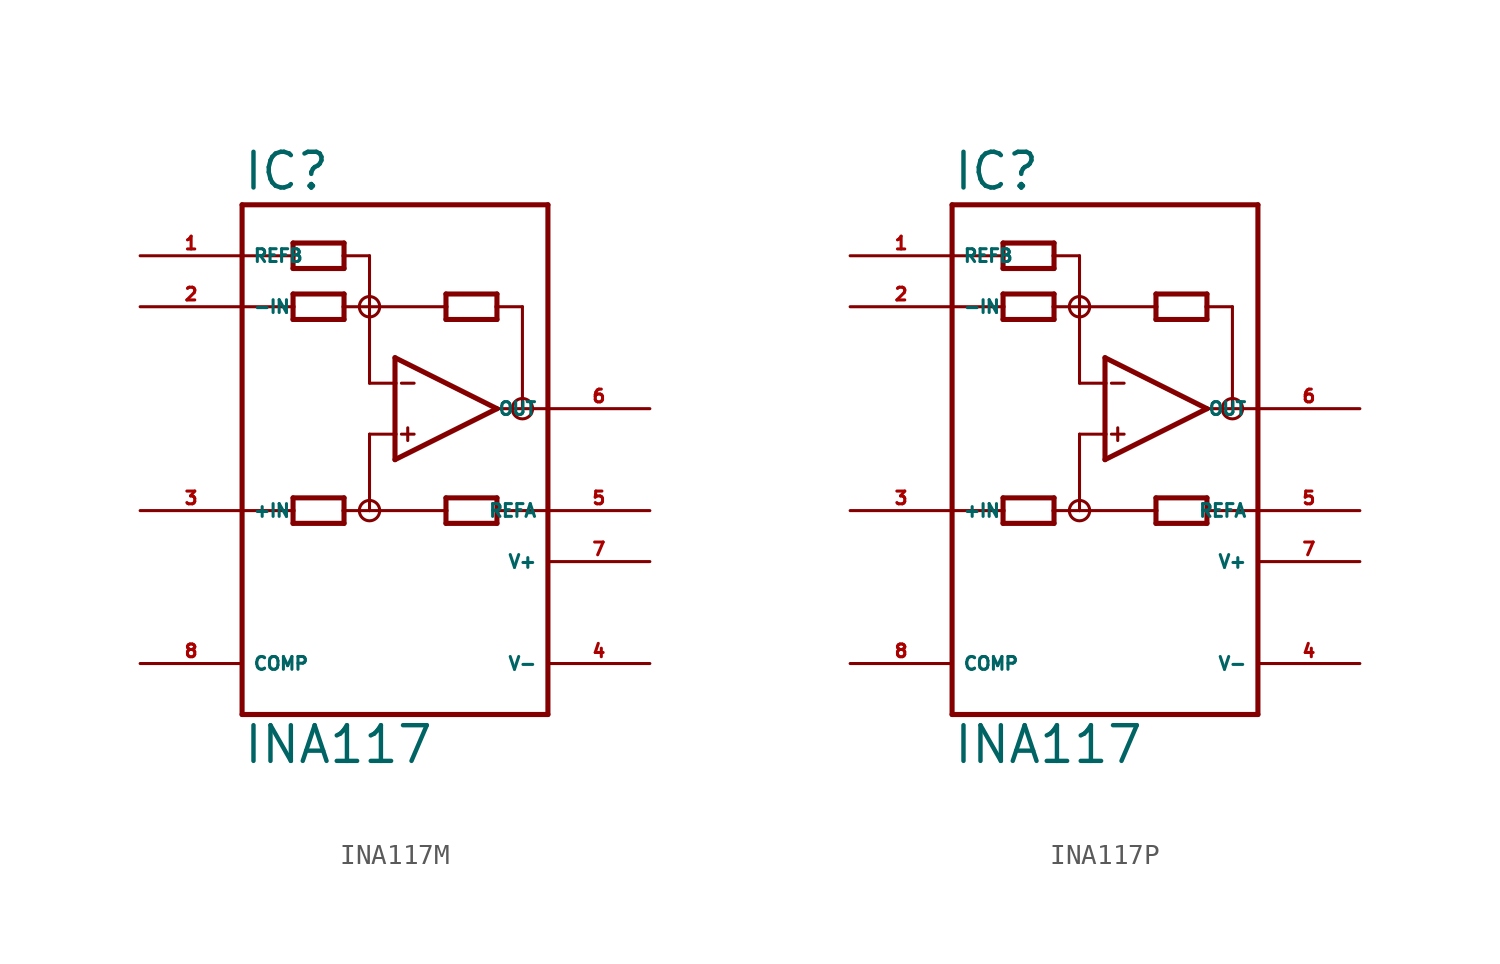
<source format=kicad_sym>
(kicad_symbol_lib
  (version 20220914)
  (generator Eagle2Kicad)
  (symbol "INA117M"
    (property "Reference" "IC"
      (at -7.62 10.795 0)
      (effects (font (size 1.778 1.778) (thickness 0.22)) (justify left bottom)))
    (property "Value" "INA117"
      (at -7.62 -17.78 0)
      (effects (font (size 1.778 1.778) (thickness 0.22)) (justify left bottom)))
    (polyline
      (pts (xy 0 -2.54) (xy 0 -1.27))
      (stroke (width 0.254) (type default))
      (fill (type none)))
    (polyline
      (pts (xy 0 -1.27) (xy 0 1.27))
      (stroke (width 0.254) (type default))
      (fill (type none)))
    (polyline
      (pts (xy 0 1.27) (xy 0 2.54))
      (stroke (width 0.254) (type default))
      (fill (type none)))
    (polyline
      (pts (xy 0 2.54) (xy 5.08 0))
      (stroke (width 0.254) (type default))
      (fill (type none)))
    (polyline
      (pts (xy 5.08 0) (xy 0 -2.54))
      (stroke (width 0.254) (type default))
      (fill (type none)))
    (polyline
      (pts (xy -2.54 4.445) (xy -2.54 5.08))
      (stroke (width 0.254) (type default))
      (fill (type none)))
    (polyline
      (pts (xy -2.54 5.08) (xy -2.54 5.715))
      (stroke (width 0.254) (type default))
      (fill (type none)))
    (polyline
      (pts (xy -2.54 5.715) (xy -5.08 5.715))
      (stroke (width 0.254) (type default))
      (fill (type none)))
    (polyline
      (pts (xy -5.08 5.715) (xy -5.08 5.08))
      (stroke (width 0.254) (type default))
      (fill (type none)))
    (polyline
      (pts (xy -5.08 5.08) (xy -5.08 4.445))
      (stroke (width 0.254) (type default))
      (fill (type none)))
    (polyline
      (pts (xy -5.08 4.445) (xy -2.54 4.445))
      (stroke (width 0.254) (type default))
      (fill (type none)))
    (polyline
      (pts (xy 2.54 4.445) (xy 2.54 5.08))
      (stroke (width 0.254) (type default))
      (fill (type none)))
    (polyline
      (pts (xy 2.54 5.08) (xy 2.54 5.715))
      (stroke (width 0.254) (type default))
      (fill (type none)))
    (polyline
      (pts (xy 2.54 5.715) (xy 5.08 5.715))
      (stroke (width 0.254) (type default))
      (fill (type none)))
    (polyline
      (pts (xy 5.08 5.715) (xy 5.08 5.08))
      (stroke (width 0.254) (type default))
      (fill (type none)))
    (polyline
      (pts (xy 5.08 5.08) (xy 5.08 4.445))
      (stroke (width 0.254) (type default))
      (fill (type none)))
    (polyline
      (pts (xy 5.08 4.445) (xy 2.54 4.445))
      (stroke (width 0.254) (type default))
      (fill (type none)))
    (polyline
      (pts (xy 0 1.27) (xy -1.27 1.27))
      (stroke (width 0.152) (type default))
      (fill (type none)))
    (polyline
      (pts (xy -2.54 -4.445) (xy -2.54 -5.08))
      (stroke (width 0.254) (type default))
      (fill (type none)))
    (polyline
      (pts (xy -2.54 -5.08) (xy -2.54 -5.715))
      (stroke (width 0.254) (type default))
      (fill (type none)))
    (polyline
      (pts (xy -2.54 -5.715) (xy -5.08 -5.715))
      (stroke (width 0.254) (type default))
      (fill (type none)))
    (polyline
      (pts (xy -5.08 -5.715) (xy -5.08 -5.08))
      (stroke (width 0.254) (type default))
      (fill (type none)))
    (polyline
      (pts (xy -5.08 -5.08) (xy -5.08 -4.445))
      (stroke (width 0.254) (type default))
      (fill (type none)))
    (polyline
      (pts (xy -5.08 -4.445) (xy -2.54 -4.445))
      (stroke (width 0.254) (type default))
      (fill (type none)))
    (polyline
      (pts (xy 2.54 -4.445) (xy 2.54 -5.08))
      (stroke (width 0.254) (type default))
      (fill (type none)))
    (polyline
      (pts (xy 2.54 -5.08) (xy 2.54 -5.715))
      (stroke (width 0.254) (type default))
      (fill (type none)))
    (polyline
      (pts (xy 2.54 -5.715) (xy 5.08 -5.715))
      (stroke (width 0.254) (type default))
      (fill (type none)))
    (polyline
      (pts (xy 5.08 -5.715) (xy 5.08 -5.08))
      (stroke (width 0.254) (type default))
      (fill (type none)))
    (polyline
      (pts (xy 5.08 -5.08) (xy 5.08 -4.445))
      (stroke (width 0.254) (type default))
      (fill (type none)))
    (polyline
      (pts (xy 5.08 -4.445) (xy 2.54 -4.445))
      (stroke (width 0.254) (type default))
      (fill (type none)))
    (polyline
      (pts (xy -1.27 1.27) (xy -1.27 5.08))
      (stroke (width 0.152) (type default))
      (fill (type none)))
    (polyline
      (pts (xy -1.27 5.08) (xy -2.54 5.08))
      (stroke (width 0.152) (type default))
      (fill (type none)))
    (polyline
      (pts (xy -1.27 5.08) (xy 2.54 5.08))
      (stroke (width 0.152) (type default))
      (fill (type none)))
    (polyline
      (pts (xy 0 -1.27) (xy -1.27 -1.27))
      (stroke (width 0.152) (type default))
      (fill (type none)))
    (polyline
      (pts (xy -1.27 -1.27) (xy -1.27 -5.08))
      (stroke (width 0.152) (type default))
      (fill (type none)))
    (polyline
      (pts (xy -1.27 -5.08) (xy -2.54 -5.08))
      (stroke (width 0.152) (type default))
      (fill (type none)))
    (polyline
      (pts (xy -1.27 -5.08) (xy 2.54 -5.08))
      (stroke (width 0.152) (type default))
      (fill (type none)))
    (polyline
      (pts (xy 0.318 1.27) (xy 0.953 1.27))
      (stroke (width 0.152) (type default))
      (fill (type none)))
    (polyline
      (pts (xy 0.318 -1.27) (xy 0.953 -1.27))
      (stroke (width 0.152) (type default))
      (fill (type none)))
    (polyline
      (pts (xy 0.635 -0.953) (xy 0.635 -1.587))
      (stroke (width 0.152) (type default))
      (fill (type none)))
    (polyline
      (pts (xy -7.62 5.08) (xy -5.08 5.08))
      (stroke (width 0.152) (type default))
      (fill (type none)))
    (polyline
      (pts (xy 6.35 5.08) (xy 5.08 5.08))
      (stroke (width 0.152) (type default))
      (fill (type none)))
    (polyline
      (pts (xy 5.08 0) (xy 6.35 0))
      (stroke (width 0.152) (type default))
      (fill (type none)))
    (polyline
      (pts (xy 6.35 0) (xy 7.62 0))
      (stroke (width 0.152) (type default))
      (fill (type none)))
    (polyline
      (pts (xy 7.62 -5.08) (xy 5.08 -5.08))
      (stroke (width 0.152) (type default))
      (fill (type none)))
    (polyline
      (pts (xy -7.62 -5.08) (xy -5.08 -5.08))
      (stroke (width 0.152) (type default))
      (fill (type none)))
    (polyline
      (pts (xy -7.62 -15.24) (xy 7.62 -15.24))
      (stroke (width 0.254) (type default))
      (fill (type none)))
    (polyline
      (pts (xy 7.62 -15.24) (xy 7.62 10.16))
      (stroke (width 0.254) (type default))
      (fill (type none)))
    (polyline
      (pts (xy 7.62 10.16) (xy -7.62 10.16))
      (stroke (width 0.254) (type default))
      (fill (type none)))
    (polyline
      (pts (xy -7.62 10.16) (xy -7.62 7.62))
      (stroke (width 0.254) (type default))
      (fill (type none)))
    (polyline
      (pts (xy -7.62 7.62) (xy -7.62 -15.24))
      (stroke (width 0.254) (type default))
      (fill (type none)))
    (polyline
      (pts (xy -2.54 6.985) (xy -2.54 7.62))
      (stroke (width 0.254) (type default))
      (fill (type none)))
    (polyline
      (pts (xy -2.54 7.62) (xy -2.54 8.255))
      (stroke (width 0.254) (type default))
      (fill (type none)))
    (polyline
      (pts (xy -2.54 8.255) (xy -5.08 8.255))
      (stroke (width 0.254) (type default))
      (fill (type none)))
    (polyline
      (pts (xy -5.08 8.255) (xy -5.08 7.62))
      (stroke (width 0.254) (type default))
      (fill (type none)))
    (polyline
      (pts (xy -5.08 7.62) (xy -5.08 6.985))
      (stroke (width 0.254) (type default))
      (fill (type none)))
    (polyline
      (pts (xy -5.08 6.985) (xy -2.54 6.985))
      (stroke (width 0.254) (type default))
      (fill (type none)))
    (polyline
      (pts (xy -1.27 7.62) (xy -2.54 7.62))
      (stroke (width 0.152) (type default))
      (fill (type none)))
    (polyline
      (pts (xy -7.62 7.62) (xy -5.08 7.62))
      (stroke (width 0.152) (type default))
      (fill (type none)))
    (polyline
      (pts (xy 6.35 5.08) (xy 6.35 0))
      (stroke (width 0.152) (type default))
      (fill (type none)))
    (polyline
      (pts (xy -1.27 7.62) (xy -1.27 5.08))
      (stroke (width 0.152) (type default))
      (fill (type none)))
    (circle
      (center -1.27 -5.08)
      (radius 0.508)
      (stroke (width 0) (type default))
      (fill (type none)))
    (circle
      (center -1.27 5.08)
      (radius 0.508)
      (stroke (width 0) (type default))
      (fill (type none)))
    (circle
      (center 6.35 0)
      (radius 0.508)
      (stroke (width 0) (type default))
      (fill (type none)))
    (pin input line
      (at -12.7 5.08 0)
      (length 5.08)
      (name "-IN" (effects (font (size 0.635 0.635) (thickness 0.08)) (justify left bottom)))
      (number "2" (effects (font (size 0.635 0.635) (thickness 0.08)) (justify left bottom))))
    (pin input line
      (at -12.7 -5.08 0)
      (length 5.08)
      (name "+IN" (effects (font (size 0.635 0.635) (thickness 0.08)) (justify left bottom)))
      (number "3" (effects (font (size 0.635 0.635) (thickness 0.08)) (justify left bottom))))
    (pin output line
      (at 12.7 0 180)
      (length 5.08)
      (name "OUT" (effects (font (size 0.635 0.635) (thickness 0.08)) (justify left bottom)))
      (number "6" (effects (font (size 0.635 0.635) (thickness 0.08)) (justify left bottom))))
    (pin unspecified line
      (at 12.7 -7.62 180)
      (length 5.08)
      (name "V+" (effects (font (size 0.635 0.635) (thickness 0.08)) (justify left bottom)))
      (number "7" (effects (font (size 0.635 0.635) (thickness 0.08)) (justify left bottom))))
    (pin unspecified line
      (at 12.7 -12.7 180)
      (length 5.08)
      (name "V-" (effects (font (size 0.635 0.635) (thickness 0.08)) (justify left bottom)))
      (number "4" (effects (font (size 0.635 0.635) (thickness 0.08)) (justify left bottom))))
    (pin passive line
      (at -12.7 -12.7 0)
      (length 5.08)
      (name "COMP" (effects (font (size 0.635 0.635) (thickness 0.08)) (justify left bottom)))
      (number "8" (effects (font (size 0.635 0.635) (thickness 0.08)) (justify left bottom))))
    (pin input line
      (at 12.7 -5.08 180)
      (length 5.08)
      (name "REFA" (effects (font (size 0.635 0.635) (thickness 0.08)) (justify left bottom)))
      (number "5" (effects (font (size 0.635 0.635) (thickness 0.08)) (justify left bottom))))
    (pin input line
      (at -12.7 7.62 0)
      (length 5.08)
      (name "REFB" (effects (font (size 0.635 0.635) (thickness 0.08)) (justify left bottom)))
      (number "1" (effects (font (size 0.635 0.635) (thickness 0.08)) (justify left bottom)))))
  (symbol "INA117P"
    (property "Reference" "IC"
      (at -7.62 10.795 0)
      (effects (font (size 1.778 1.778) (thickness 0.22)) (justify left bottom)))
    (property "Value" "INA117"
      (at -7.62 -17.78 0)
      (effects (font (size 1.778 1.778) (thickness 0.22)) (justify left bottom)))
    (polyline
      (pts (xy 0 -2.54) (xy 0 -1.27))
      (stroke (width 0.254) (type default))
      (fill (type none)))
    (polyline
      (pts (xy 0 -1.27) (xy 0 1.27))
      (stroke (width 0.254) (type default))
      (fill (type none)))
    (polyline
      (pts (xy 0 1.27) (xy 0 2.54))
      (stroke (width 0.254) (type default))
      (fill (type none)))
    (polyline
      (pts (xy 0 2.54) (xy 5.08 0))
      (stroke (width 0.254) (type default))
      (fill (type none)))
    (polyline
      (pts (xy 5.08 0) (xy 0 -2.54))
      (stroke (width 0.254) (type default))
      (fill (type none)))
    (polyline
      (pts (xy -2.54 4.445) (xy -2.54 5.08))
      (stroke (width 0.254) (type default))
      (fill (type none)))
    (polyline
      (pts (xy -2.54 5.08) (xy -2.54 5.715))
      (stroke (width 0.254) (type default))
      (fill (type none)))
    (polyline
      (pts (xy -2.54 5.715) (xy -5.08 5.715))
      (stroke (width 0.254) (type default))
      (fill (type none)))
    (polyline
      (pts (xy -5.08 5.715) (xy -5.08 5.08))
      (stroke (width 0.254) (type default))
      (fill (type none)))
    (polyline
      (pts (xy -5.08 5.08) (xy -5.08 4.445))
      (stroke (width 0.254) (type default))
      (fill (type none)))
    (polyline
      (pts (xy -5.08 4.445) (xy -2.54 4.445))
      (stroke (width 0.254) (type default))
      (fill (type none)))
    (polyline
      (pts (xy 2.54 4.445) (xy 2.54 5.08))
      (stroke (width 0.254) (type default))
      (fill (type none)))
    (polyline
      (pts (xy 2.54 5.08) (xy 2.54 5.715))
      (stroke (width 0.254) (type default))
      (fill (type none)))
    (polyline
      (pts (xy 2.54 5.715) (xy 5.08 5.715))
      (stroke (width 0.254) (type default))
      (fill (type none)))
    (polyline
      (pts (xy 5.08 5.715) (xy 5.08 5.08))
      (stroke (width 0.254) (type default))
      (fill (type none)))
    (polyline
      (pts (xy 5.08 5.08) (xy 5.08 4.445))
      (stroke (width 0.254) (type default))
      (fill (type none)))
    (polyline
      (pts (xy 5.08 4.445) (xy 2.54 4.445))
      (stroke (width 0.254) (type default))
      (fill (type none)))
    (polyline
      (pts (xy 0 1.27) (xy -1.27 1.27))
      (stroke (width 0.152) (type default))
      (fill (type none)))
    (polyline
      (pts (xy -2.54 -4.445) (xy -2.54 -5.08))
      (stroke (width 0.254) (type default))
      (fill (type none)))
    (polyline
      (pts (xy -2.54 -5.08) (xy -2.54 -5.715))
      (stroke (width 0.254) (type default))
      (fill (type none)))
    (polyline
      (pts (xy -2.54 -5.715) (xy -5.08 -5.715))
      (stroke (width 0.254) (type default))
      (fill (type none)))
    (polyline
      (pts (xy -5.08 -5.715) (xy -5.08 -5.08))
      (stroke (width 0.254) (type default))
      (fill (type none)))
    (polyline
      (pts (xy -5.08 -5.08) (xy -5.08 -4.445))
      (stroke (width 0.254) (type default))
      (fill (type none)))
    (polyline
      (pts (xy -5.08 -4.445) (xy -2.54 -4.445))
      (stroke (width 0.254) (type default))
      (fill (type none)))
    (polyline
      (pts (xy 2.54 -4.445) (xy 2.54 -5.08))
      (stroke (width 0.254) (type default))
      (fill (type none)))
    (polyline
      (pts (xy 2.54 -5.08) (xy 2.54 -5.715))
      (stroke (width 0.254) (type default))
      (fill (type none)))
    (polyline
      (pts (xy 2.54 -5.715) (xy 5.08 -5.715))
      (stroke (width 0.254) (type default))
      (fill (type none)))
    (polyline
      (pts (xy 5.08 -5.715) (xy 5.08 -5.08))
      (stroke (width 0.254) (type default))
      (fill (type none)))
    (polyline
      (pts (xy 5.08 -5.08) (xy 5.08 -4.445))
      (stroke (width 0.254) (type default))
      (fill (type none)))
    (polyline
      (pts (xy 5.08 -4.445) (xy 2.54 -4.445))
      (stroke (width 0.254) (type default))
      (fill (type none)))
    (polyline
      (pts (xy -1.27 1.27) (xy -1.27 5.08))
      (stroke (width 0.152) (type default))
      (fill (type none)))
    (polyline
      (pts (xy -1.27 5.08) (xy -2.54 5.08))
      (stroke (width 0.152) (type default))
      (fill (type none)))
    (polyline
      (pts (xy -1.27 5.08) (xy 2.54 5.08))
      (stroke (width 0.152) (type default))
      (fill (type none)))
    (polyline
      (pts (xy 0 -1.27) (xy -1.27 -1.27))
      (stroke (width 0.152) (type default))
      (fill (type none)))
    (polyline
      (pts (xy -1.27 -1.27) (xy -1.27 -5.08))
      (stroke (width 0.152) (type default))
      (fill (type none)))
    (polyline
      (pts (xy -1.27 -5.08) (xy -2.54 -5.08))
      (stroke (width 0.152) (type default))
      (fill (type none)))
    (polyline
      (pts (xy -1.27 -5.08) (xy 2.54 -5.08))
      (stroke (width 0.152) (type default))
      (fill (type none)))
    (polyline
      (pts (xy 0.318 1.27) (xy 0.953 1.27))
      (stroke (width 0.152) (type default))
      (fill (type none)))
    (polyline
      (pts (xy 0.318 -1.27) (xy 0.953 -1.27))
      (stroke (width 0.152) (type default))
      (fill (type none)))
    (polyline
      (pts (xy 0.635 -0.953) (xy 0.635 -1.587))
      (stroke (width 0.152) (type default))
      (fill (type none)))
    (polyline
      (pts (xy -7.62 5.08) (xy -5.08 5.08))
      (stroke (width 0.152) (type default))
      (fill (type none)))
    (polyline
      (pts (xy 6.35 5.08) (xy 5.08 5.08))
      (stroke (width 0.152) (type default))
      (fill (type none)))
    (polyline
      (pts (xy 5.08 0) (xy 6.35 0))
      (stroke (width 0.152) (type default))
      (fill (type none)))
    (polyline
      (pts (xy 6.35 0) (xy 7.62 0))
      (stroke (width 0.152) (type default))
      (fill (type none)))
    (polyline
      (pts (xy 7.62 -5.08) (xy 5.08 -5.08))
      (stroke (width 0.152) (type default))
      (fill (type none)))
    (polyline
      (pts (xy -7.62 -5.08) (xy -5.08 -5.08))
      (stroke (width 0.152) (type default))
      (fill (type none)))
    (polyline
      (pts (xy -7.62 -15.24) (xy 7.62 -15.24))
      (stroke (width 0.254) (type default))
      (fill (type none)))
    (polyline
      (pts (xy 7.62 -15.24) (xy 7.62 10.16))
      (stroke (width 0.254) (type default))
      (fill (type none)))
    (polyline
      (pts (xy 7.62 10.16) (xy -7.62 10.16))
      (stroke (width 0.254) (type default))
      (fill (type none)))
    (polyline
      (pts (xy -7.62 10.16) (xy -7.62 7.62))
      (stroke (width 0.254) (type default))
      (fill (type none)))
    (polyline
      (pts (xy -7.62 7.62) (xy -7.62 -15.24))
      (stroke (width 0.254) (type default))
      (fill (type none)))
    (polyline
      (pts (xy -2.54 6.985) (xy -2.54 7.62))
      (stroke (width 0.254) (type default))
      (fill (type none)))
    (polyline
      (pts (xy -2.54 7.62) (xy -2.54 8.255))
      (stroke (width 0.254) (type default))
      (fill (type none)))
    (polyline
      (pts (xy -2.54 8.255) (xy -5.08 8.255))
      (stroke (width 0.254) (type default))
      (fill (type none)))
    (polyline
      (pts (xy -5.08 8.255) (xy -5.08 7.62))
      (stroke (width 0.254) (type default))
      (fill (type none)))
    (polyline
      (pts (xy -5.08 7.62) (xy -5.08 6.985))
      (stroke (width 0.254) (type default))
      (fill (type none)))
    (polyline
      (pts (xy -5.08 6.985) (xy -2.54 6.985))
      (stroke (width 0.254) (type default))
      (fill (type none)))
    (polyline
      (pts (xy -1.27 7.62) (xy -2.54 7.62))
      (stroke (width 0.152) (type default))
      (fill (type none)))
    (polyline
      (pts (xy -7.62 7.62) (xy -5.08 7.62))
      (stroke (width 0.152) (type default))
      (fill (type none)))
    (polyline
      (pts (xy 6.35 5.08) (xy 6.35 0))
      (stroke (width 0.152) (type default))
      (fill (type none)))
    (polyline
      (pts (xy -1.27 7.62) (xy -1.27 5.08))
      (stroke (width 0.152) (type default))
      (fill (type none)))
    (circle
      (center -1.27 -5.08)
      (radius 0.508)
      (stroke (width 0) (type default))
      (fill (type none)))
    (circle
      (center -1.27 5.08)
      (radius 0.508)
      (stroke (width 0) (type default))
      (fill (type none)))
    (circle
      (center 6.35 0)
      (radius 0.508)
      (stroke (width 0) (type default))
      (fill (type none)))
    (pin input line
      (at -12.7 5.08 0)
      (length 5.08)
      (name "-IN" (effects (font (size 0.635 0.635) (thickness 0.08)) (justify left bottom)))
      (number "2" (effects (font (size 0.635 0.635) (thickness 0.08)) (justify left bottom))))
    (pin input line
      (at -12.7 -5.08 0)
      (length 5.08)
      (name "+IN" (effects (font (size 0.635 0.635) (thickness 0.08)) (justify left bottom)))
      (number "3" (effects (font (size 0.635 0.635) (thickness 0.08)) (justify left bottom))))
    (pin output line
      (at 12.7 0 180)
      (length 5.08)
      (name "OUT" (effects (font (size 0.635 0.635) (thickness 0.08)) (justify left bottom)))
      (number "6" (effects (font (size 0.635 0.635) (thickness 0.08)) (justify left bottom))))
    (pin unspecified line
      (at 12.7 -7.62 180)
      (length 5.08)
      (name "V+" (effects (font (size 0.635 0.635) (thickness 0.08)) (justify left bottom)))
      (number "7" (effects (font (size 0.635 0.635) (thickness 0.08)) (justify left bottom))))
    (pin unspecified line
      (at 12.7 -12.7 180)
      (length 5.08)
      (name "V-" (effects (font (size 0.635 0.635) (thickness 0.08)) (justify left bottom)))
      (number "4" (effects (font (size 0.635 0.635) (thickness 0.08)) (justify left bottom))))
    (pin passive line
      (at -12.7 -12.7 0)
      (length 5.08)
      (name "COMP" (effects (font (size 0.635 0.635) (thickness 0.08)) (justify left bottom)))
      (number "8" (effects (font (size 0.635 0.635) (thickness 0.08)) (justify left bottom))))
    (pin input line
      (at 12.7 -5.08 180)
      (length 5.08)
      (name "REFA" (effects (font (size 0.635 0.635) (thickness 0.08)) (justify left bottom)))
      (number "5" (effects (font (size 0.635 0.635) (thickness 0.08)) (justify left bottom))))
    (pin input line
      (at -12.7 7.62 0)
      (length 5.08)
      (name "REFB" (effects (font (size 0.635 0.635) (thickness 0.08)) (justify left bottom)))
      (number "1" (effects (font (size 0.635 0.635) (thickness 0.08)) (justify left bottom))))))
</source>
